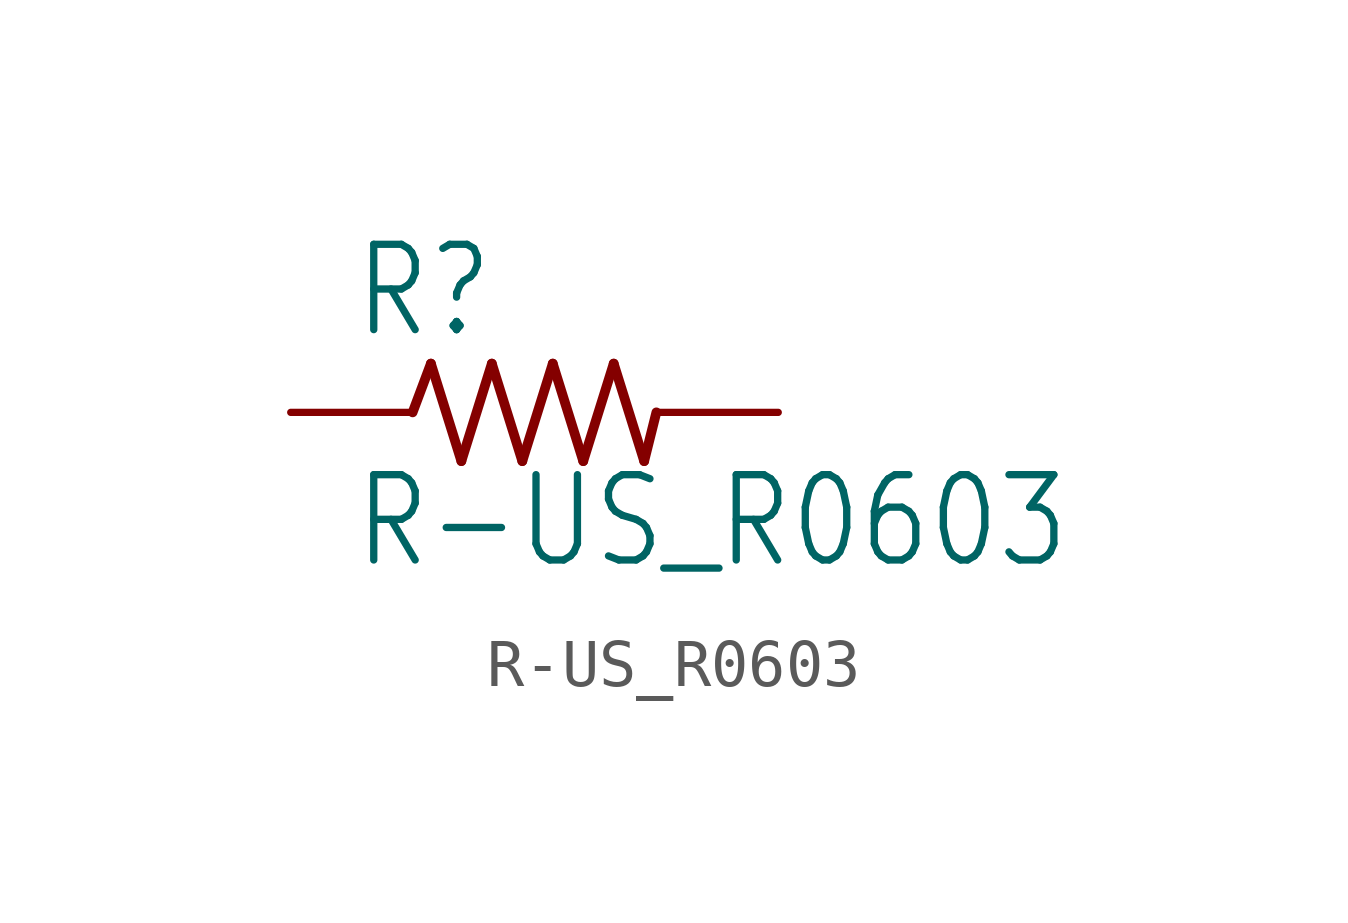
<source format=kicad_sym>
(kicad_symbol_lib
  (version 20211014)
  (generator kicad_symbol_editor)
  (symbol "R-US_R0603"
    (property "Reference" "R"
      (at -3.81 1.499 0)
      (effects (font (size 1.778 1.511)) (justify left bottom)))
    (property "Value" "R-US_R0603"
      (at -3.81 -3.302 0)
      (effects (font (size 1.778 1.511)) (justify left bottom)))
    (property "ki_locked" ""
      (at 0 0 0)
      (effects (font (size 1.27 1.27))))
    (symbol "R-US_R0603_1_0"
      (polyline (pts (xy -2.54 0) (xy -2.159 1.016)) (stroke (width 0.203) (type default) (color 0 0 0 0)) (fill (type none)))
      (polyline (pts (xy -2.159 1.016) (xy -1.524 -1.016)) (stroke (width 0.203) (type default) (color 0 0 0 0)) (fill (type none)))
      (polyline (pts (xy -1.524 -1.016) (xy -0.889 1.016)) (stroke (width 0.203) (type default) (color 0 0 0 0)) (fill (type none)))
      (polyline (pts (xy -0.889 1.016) (xy -0.254 -1.016)) (stroke (width 0.203) (type default) (color 0 0 0 0)) (fill (type none)))
      (polyline (pts (xy -0.254 -1.016) (xy 0.381 1.016)) (stroke (width 0.203) (type default) (color 0 0 0 0)) (fill (type none)))
      (polyline (pts (xy 0.381 1.016) (xy 1.016 -1.016)) (stroke (width 0.203) (type default) (color 0 0 0 0)) (fill (type none)))
      (polyline (pts (xy 1.016 -1.016) (xy 1.651 1.016)) (stroke (width 0.203) (type default) (color 0 0 0 0)) (fill (type none)))
      (polyline (pts (xy 1.651 1.016) (xy 2.286 -1.016)) (stroke (width 0.203) (type default) (color 0 0 0 0)) (fill (type none)))
      (polyline (pts (xy 2.286 -1.016) (xy 2.54 0)) (stroke (width 0.203) (type default) (color 0 0 0 0)) (fill (type none)))
      (pin passive line (at -5.08 0 0) (length 2.54) (name "1" (effects (font (size 0 0)))) (number "1" (effects (font (size 0 0)))))
      (pin passive line (at 5.08 0 180) (length 2.54) (name "2" (effects (font (size 0 0)))) (number "2" (effects (font (size 0 0))))))))
</source>
